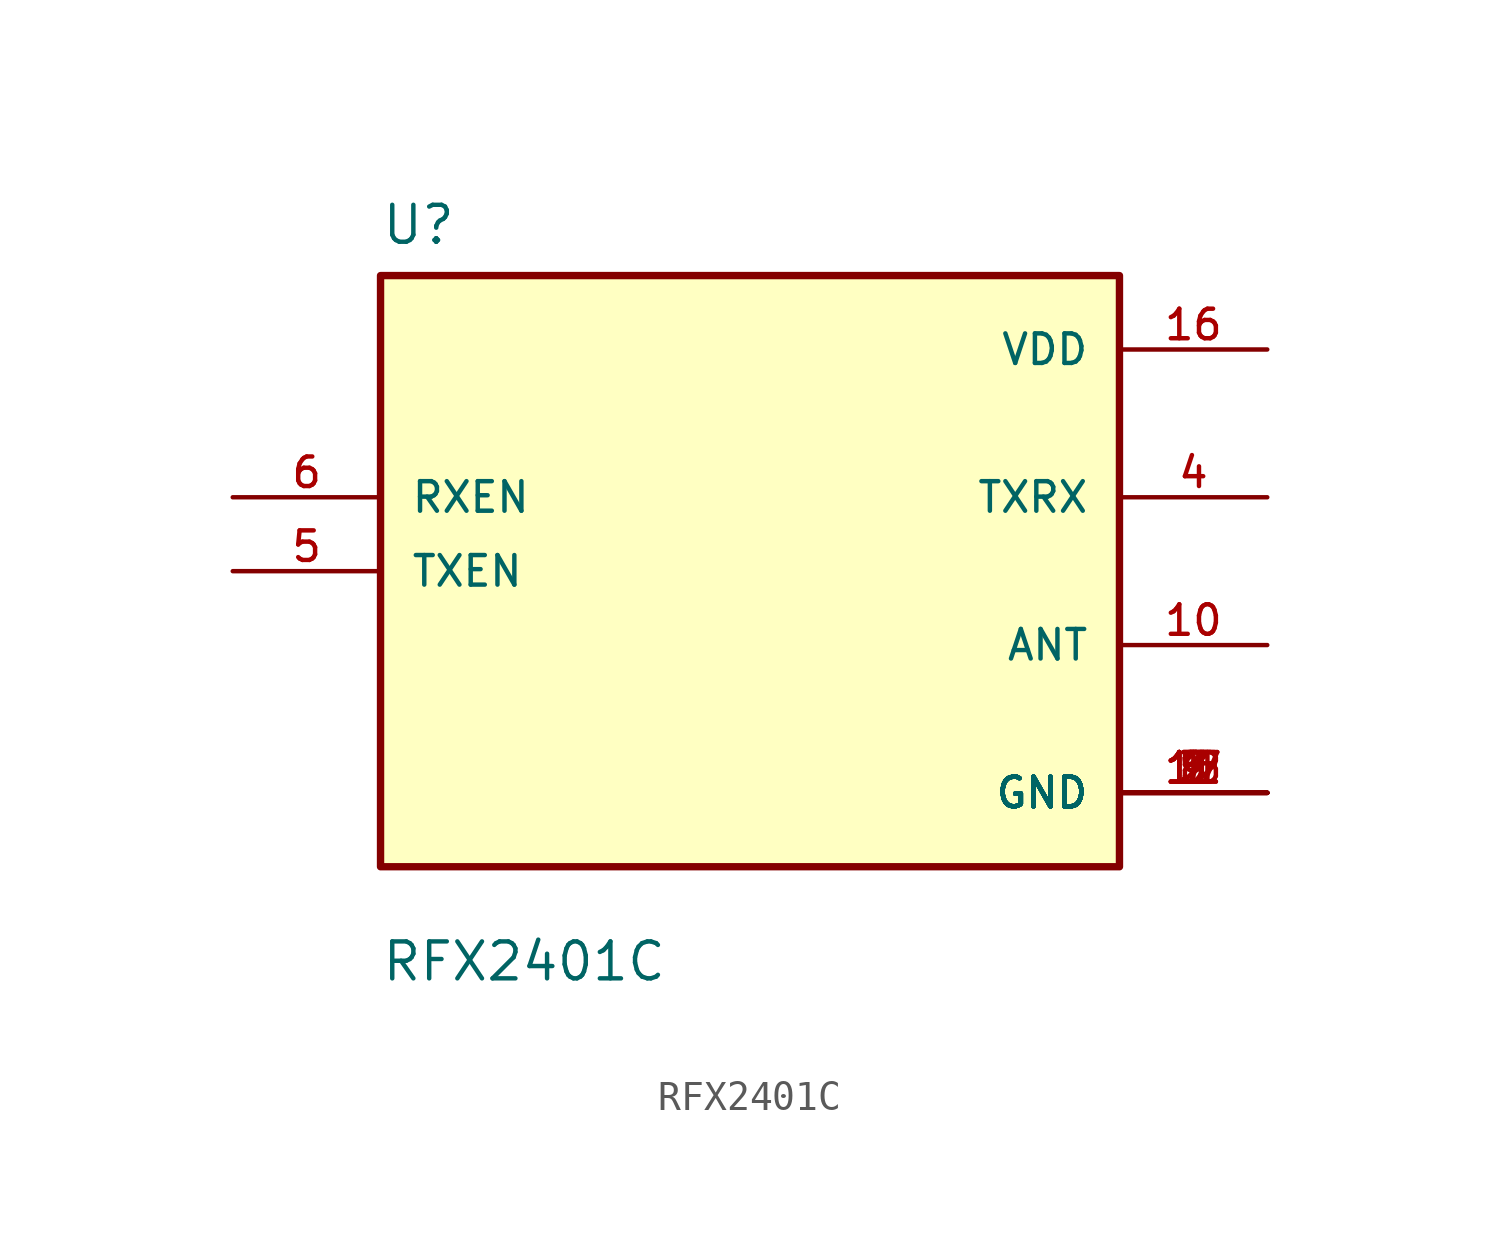
<source format=kicad_sym>
(kicad_symbol_lib
  (version 20241209)
  (generator "kicad_symbol_editor")
  (generator_version "9.0")
  (symbol "RFX2401C"
    (pin_names
      (offset 1.016))
    (property "Reference" "U"
      (at -12.7 11.16 0)
      (effects (font (size 1.27 1.27)) (justify left bottom)))
    (property "Value" "RFX2401C"
      (at -12.7 -14.16 0)
      (effects (font (size 1.27 1.27)) (justify left bottom)))
    (symbol "RFX2401C_0_0"
      (rectangle (start -12.7 10.16) (end 12.7 -10.16) (stroke (width 0.254) (type default)) (fill (type background)))
      (pin input line (at -17.78 2.54 0) (length 5.08) (name "RXEN" (effects (font (size 1.016 1.016)))) (number "6" (effects (font (size 1.016 1.016)))))
      (pin input line (at -17.78 0 0) (length 5.08) (name "TXEN" (effects (font (size 1.016 1.016)))) (number "5" (effects (font (size 1.016 1.016)))))
      (pin power_in line (at 17.78 7.62 180) (length 5.08) (name "VDD" (effects (font (size 1.016 1.016)))) (number "16" (effects (font (size 1.016 1.016)))))
      (pin bidirectional line (at 17.78 2.54 180) (length 5.08) (name "TXRX" (effects (font (size 1.016 1.016)))) (number "4" (effects (font (size 1.016 1.016)))))
      (pin passive line (at 17.78 -2.54 180) (length 5.08) (name "ANT" (effects (font (size 1.016 1.016)))) (number "10" (effects (font (size 1.016 1.016)))))
      (pin power_in line (at 17.78 -7.62 180) (length 5.08) (name "GND" (effects (font (size 1.016 1.016)))) (number "11" (effects (font (size 1.016 1.016)))))
      (pin power_in line (at 17.78 -7.62 180) (length 5.08) (name "GND" (effects (font (size 1.016 1.016)))) (number "17" (effects (font (size 1.016 1.016)))))
      (pin power_in line (at 17.78 -7.62 180) (length 5.08) (name "GND" (effects (font (size 1.016 1.016)))) (number "2" (effects (font (size 1.016 1.016)))))
      (pin power_in line (at 17.78 -7.62 180) (length 5.08) (name "GND" (effects (font (size 1.016 1.016)))) (number "3" (effects (font (size 1.016 1.016)))))
      (pin power_in line (at 17.78 -7.62 180) (length 5.08) (name "GND" (effects (font (size 1.016 1.016)))) (number "8" (effects (font (size 1.016 1.016)))))
      (pin power_in line (at 17.78 -7.62 180) (length 5.08) (name "GND" (effects (font (size 1.016 1.016)))) (number "9" (effects (font (size 1.016 1.016))))))
    (symbol "RFX2401C_1_0"
      (pin no_connect line (at 17.78 5.08 180) (length 5.08) (hide yes) (name "VDD" (effects (font (size 1.016 1.016)))) (number "14" (effects (font (size 1.016 1.016)))))
      (pin no_connect line (at 17.78 -5.08 180) (length 5.08) (hide yes) (name "GND" (effects (font (size 1.016 1.016)))) (number "13" (effects (font (size 1.016 1.016)))))
      (pin power_in line (at 17.78 -7.62 180) (length 5.08) (name "GND" (effects (font (size 1.016 1.016)))) (number "1" (effects (font (size 1.016 1.016)))))
      (pin power_in line (at 17.78 -7.62 180) (length 5.08) (name "GND" (effects (font (size 1.016 1.016)))) (number "12" (effects (font (size 1.016 1.016)))))
      (pin power_in line (at 17.78 -7.62 180) (length 5.08) (name "GND" (effects (font (size 1.016 1.016)))) (number "15" (effects (font (size 1.016 1.016)))))
      (pin power_in line (at 17.78 -7.62 180) (length 5.08) (name "GND" (effects (font (size 1.016 1.016)))) (number "7" (effects (font (size 1.016 1.016))))))))
</source>
